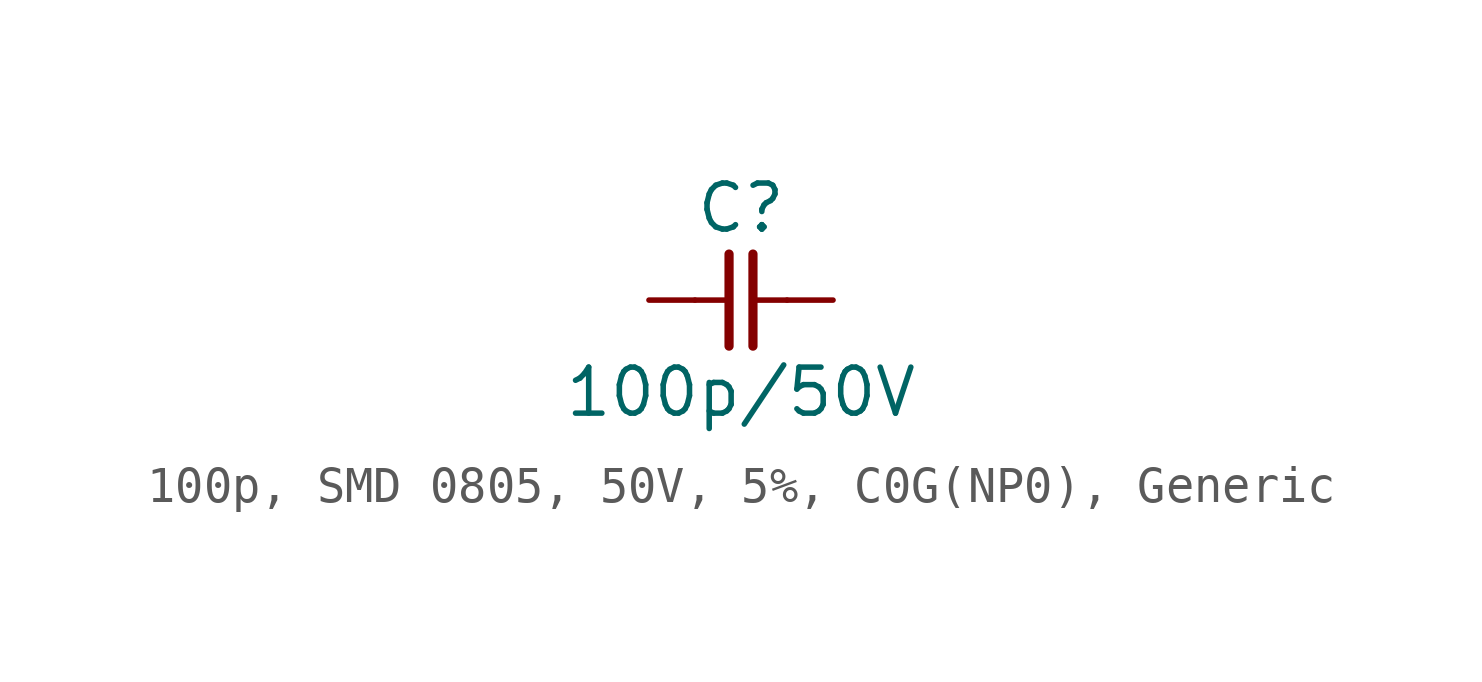
<source format=kicad_sym>
(kicad_symbol_lib
  (version 20241209)
  (generator "kicad_symbol_editor")
  (generator_version "9.0")
  (symbol "100p, SMD 0805, 50V, 5%, C0G(NP0), Generic"
    (pin_numbers
      (hide yes))
    (pin_names
      (offset 0)
      (hide yes))
    (property "Reference" "C"
      (at 0 2.54 0)
      (effects (font (size 1.27 1.27))))
    (property "Value" "100p/50V"
      (at 0 -2.54 0)
      (effects (font (size 1.27 1.27))))
    (symbol "100p, SMD 0805, 50V, 5%, C0G(NP0), Generic_0_1"
      (polyline (pts (xy -0.33 1.27) (xy -0.33 -1.27)) (stroke (width 0.254) (type default)) (fill (type none)))
      (polyline (pts (xy -0.318 0) (xy -1.27 0)) (stroke (width 0) (type default)) (fill (type none)))
      (polyline (pts (xy 0.33 1.27) (xy 0.33 -1.27)) (stroke (width 0.254) (type default)) (fill (type none)))
      (polyline (pts (xy 1.27 0) (xy 0.318 0)) (stroke (width 0) (type default)) (fill (type none))))
    (symbol "100p, SMD 0805, 50V, 5%, C0G(NP0), Generic_1_1"
      (pin passive line (at -2.54 0 0) (length 1.27) (name "1" (effects (font (size 1.27 1.27)))) (number "1" (effects (font (size 1.27 1.27)))))
      (pin passive line (at 2.54 0 180) (length 1.27) (name "2" (effects (font (size 1.27 1.27)))) (number "2" (effects (font (size 1.27 1.27))))))))
</source>
